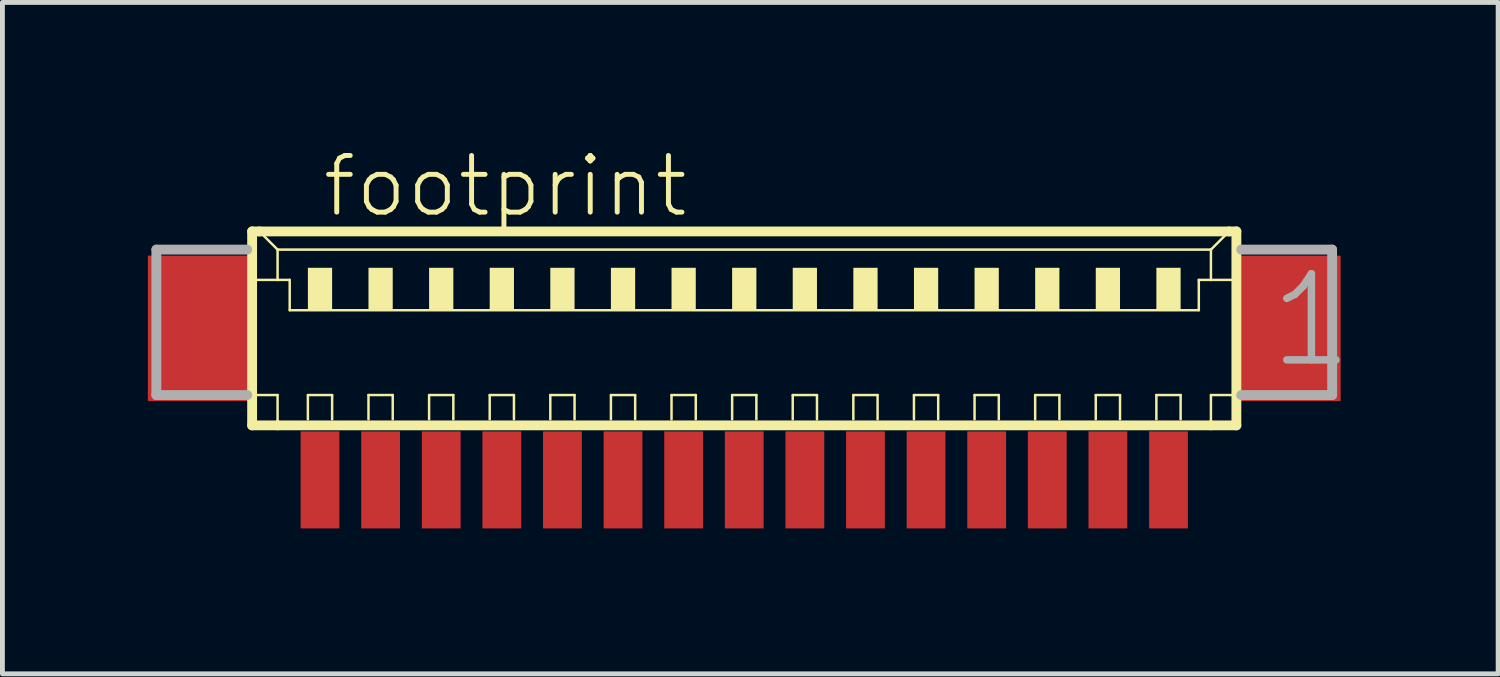
<source format=kicad_pcb>
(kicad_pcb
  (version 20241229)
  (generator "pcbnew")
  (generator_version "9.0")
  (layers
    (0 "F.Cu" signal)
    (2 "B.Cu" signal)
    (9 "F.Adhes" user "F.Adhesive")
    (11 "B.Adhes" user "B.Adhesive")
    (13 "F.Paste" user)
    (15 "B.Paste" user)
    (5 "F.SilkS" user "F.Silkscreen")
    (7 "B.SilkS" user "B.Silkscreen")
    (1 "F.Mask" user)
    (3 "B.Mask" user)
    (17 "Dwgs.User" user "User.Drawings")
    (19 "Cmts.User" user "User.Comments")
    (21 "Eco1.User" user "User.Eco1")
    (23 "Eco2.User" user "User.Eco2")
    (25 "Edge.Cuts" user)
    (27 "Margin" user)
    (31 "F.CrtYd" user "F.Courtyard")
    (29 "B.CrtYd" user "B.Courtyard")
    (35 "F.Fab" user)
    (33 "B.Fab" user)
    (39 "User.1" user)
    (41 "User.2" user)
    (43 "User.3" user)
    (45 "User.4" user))
  (footprint "footprint"
    (layer "F.Cu")
    (at 12.3 4.348)
    (property "Reference" "footprint" (at -8.75 -2.875 0) (layer "F.SilkS") (effects (font (size 1.168 1.168) (thickness 0.102)) (justify left bottom)))
    (fp_line (start -10.15 -2.625) (end -10.15 1.375) (stroke (width 0.203) (type solid)) (layer "F.SilkS"))
    (fp_line (start -10.15 1.375) (end -9.625 1.375) (stroke (width 0.203) (type solid)) (layer "F.SilkS"))
    (fp_line (start -10.125 -1.625) (end -9.625 -1.625) (stroke (width 0.051) (type solid)) (layer "F.SilkS"))
    (fp_line (start -10.125 0.75) (end -9.625 0.75) (stroke (width 0.051) (type solid)) (layer "F.SilkS"))
    (fp_line (start -10 -2.625) (end -10.15 -2.625) (stroke (width 0.203) (type solid)) (layer "F.SilkS"))
    (fp_line (start -9.625 -2.25) (end -10 -2.625) (stroke (width 0.051) (type solid)) (layer "F.SilkS"))
    (fp_line (start -9.625 -2.25) (end 9.625 -2.25) (stroke (width 0.051) (type solid)) (layer "F.SilkS"))
    (fp_line (start -9.625 -1.625) (end -9.625 -2.25) (stroke (width 0.051) (type solid)) (layer "F.SilkS"))
    (fp_line (start -9.625 -1.625) (end -9.375 -1.625) (stroke (width 0.051) (type solid)) (layer "F.SilkS"))
    (fp_line (start -9.625 0.75) (end -9.625 1.375) (stroke (width 0.051) (type solid)) (layer "F.SilkS"))
    (fp_line (start -9.625 1.375) (end 9.625 1.375) (stroke (width 0.203) (type solid)) (layer "F.SilkS"))
    (fp_line (start -9.375 -1.625) (end -9.375 -1) (stroke (width 0.051) (type solid)) (layer "F.SilkS"))
    (fp_line (start -9.375 -1) (end 9.375 -1) (stroke (width 0.051) (type solid)) (layer "F.SilkS"))
    (fp_line (start -9 0.75) (end -8.5 0.75) (stroke (width 0.051) (type solid)) (layer "F.SilkS"))
    (fp_line (start -9 1.25) (end -9 0.75) (stroke (width 0.051) (type solid)) (layer "F.SilkS"))
    (fp_line (start -8.5 0.75) (end -8.5 1.25) (stroke (width 0.051) (type solid)) (layer "F.SilkS"))
    (fp_line (start -7.75 0.75) (end -7.25 0.75) (stroke (width 0.051) (type solid)) (layer "F.SilkS"))
    (fp_line (start -7.75 1.25) (end -7.75 0.75) (stroke (width 0.051) (type solid)) (layer "F.SilkS"))
    (fp_line (start -7.25 0.75) (end -7.25 1.25) (stroke (width 0.051) (type solid)) (layer "F.SilkS"))
    (fp_line (start -6.5 0.75) (end -6 0.75) (stroke (width 0.051) (type solid)) (layer "F.SilkS"))
    (fp_line (start -6.5 1.25) (end -6.5 0.75) (stroke (width 0.051) (type solid)) (layer "F.SilkS"))
    (fp_line (start -6 0.75) (end -6 1.25) (stroke (width 0.051) (type solid)) (layer "F.SilkS"))
    (fp_line (start -5.25 0.75) (end -4.75 0.75) (stroke (width 0.051) (type solid)) (layer "F.SilkS"))
    (fp_line (start -5.25 1.25) (end -5.25 0.75) (stroke (width 0.051) (type solid)) (layer "F.SilkS"))
    (fp_line (start -4.75 0.75) (end -4.75 1.25) (stroke (width 0.051) (type solid)) (layer "F.SilkS"))
    (fp_line (start -4 0.75) (end -3.5 0.75) (stroke (width 0.051) (type solid)) (layer "F.SilkS"))
    (fp_line (start -4 1.25) (end -4 0.75) (stroke (width 0.051) (type solid)) (layer "F.SilkS"))
    (fp_line (start -3.5 0.75) (end -3.5 1.25) (stroke (width 0.051) (type solid)) (layer "F.SilkS"))
    (fp_line (start -2.75 0.75) (end -2.25 0.75) (stroke (width 0.051) (type solid)) (layer "F.SilkS"))
    (fp_line (start -2.75 1.25) (end -2.75 0.75) (stroke (width 0.051) (type solid)) (layer "F.SilkS"))
    (fp_line (start -2.25 0.75) (end -2.25 1.25) (stroke (width 0.051) (type solid)) (layer "F.SilkS"))
    (fp_line (start -1.5 0.75) (end -1 0.75) (stroke (width 0.051) (type solid)) (layer "F.SilkS"))
    (fp_line (start -1.5 1.25) (end -1.5 0.75) (stroke (width 0.051) (type solid)) (layer "F.SilkS"))
    (fp_line (start -1 0.75) (end -1 1.25) (stroke (width 0.051) (type solid)) (layer "F.SilkS"))
    (fp_line (start -0.25 0.75) (end 0.25 0.75) (stroke (width 0.051) (type solid)) (layer "F.SilkS"))
    (fp_line (start -0.25 1.25) (end -0.25 0.75) (stroke (width 0.051) (type solid)) (layer "F.SilkS"))
    (fp_line (start 0.25 0.75) (end 0.25 1.25) (stroke (width 0.051) (type solid)) (layer "F.SilkS"))
    (fp_line (start 1 0.75) (end 1.5 0.75) (stroke (width 0.051) (type solid)) (layer "F.SilkS"))
    (fp_line (start 1 1.25) (end 1 0.75) (stroke (width 0.051) (type solid)) (layer "F.SilkS"))
    (fp_line (start 1.5 0.75) (end 1.5 1.25) (stroke (width 0.051) (type solid)) (layer "F.SilkS"))
    (fp_line (start 2.25 0.75) (end 2.75 0.75) (stroke (width 0.051) (type solid)) (layer "F.SilkS"))
    (fp_line (start 2.25 1.25) (end 2.25 0.75) (stroke (width 0.051) (type solid)) (layer "F.SilkS"))
    (fp_line (start 2.75 0.75) (end 2.75 1.25) (stroke (width 0.051) (type solid)) (layer "F.SilkS"))
    (fp_line (start 3.5 0.75) (end 4 0.75) (stroke (width 0.051) (type solid)) (layer "F.SilkS"))
    (fp_line (start 3.5 1.25) (end 3.5 0.75) (stroke (width 0.051) (type solid)) (layer "F.SilkS"))
    (fp_line (start 4 0.75) (end 4 1.25) (stroke (width 0.051) (type solid)) (layer "F.SilkS"))
    (fp_line (start 4.75 0.75) (end 5.25 0.75) (stroke (width 0.051) (type solid)) (layer "F.SilkS"))
    (fp_line (start 4.75 1.25) (end 4.75 0.75) (stroke (width 0.051) (type solid)) (layer "F.SilkS"))
    (fp_line (start 5.25 0.75) (end 5.25 1.25) (stroke (width 0.051) (type solid)) (layer "F.SilkS"))
    (fp_line (start 6 0.75) (end 6.5 0.75) (stroke (width 0.051) (type solid)) (layer "F.SilkS"))
    (fp_line (start 6 1.25) (end 6 0.75) (stroke (width 0.051) (type solid)) (layer "F.SilkS"))
    (fp_line (start 6.5 0.75) (end 6.5 1.25) (stroke (width 0.051) (type solid)) (layer "F.SilkS"))
    (fp_line (start 7.25 0.75) (end 7.75 0.75) (stroke (width 0.051) (type solid)) (layer "F.SilkS"))
    (fp_line (start 7.25 1.25) (end 7.25 0.75) (stroke (width 0.051) (type solid)) (layer "F.SilkS"))
    (fp_line (start 7.75 0.75) (end 7.75 1.25) (stroke (width 0.051) (type solid)) (layer "F.SilkS"))
    (fp_line (start 8.5 0.75) (end 9 0.75) (stroke (width 0.051) (type solid)) (layer "F.SilkS"))
    (fp_line (start 8.5 1.25) (end 8.5 0.75) (stroke (width 0.051) (type solid)) (layer "F.SilkS"))
    (fp_line (start 9 0.75) (end 9 1.25) (stroke (width 0.051) (type solid)) (layer "F.SilkS"))
    (fp_line (start 9.375 -1.625) (end 9.375 -1) (stroke (width 0.051) (type solid)) (layer "F.SilkS"))
    (fp_line (start 9.375 -1.625) (end 9.625 -1.625) (stroke (width 0.051) (type solid)) (layer "F.SilkS"))
    (fp_line (start 9.625 -2.25) (end 9.625 -1.625) (stroke (width 0.051) (type solid)) (layer "F.SilkS"))
    (fp_line (start 9.625 -2.25) (end 10 -2.625) (stroke (width 0.051) (type solid)) (layer "F.SilkS"))
    (fp_line (start 9.625 -1.625) (end 10.125 -1.625) (stroke (width 0.051) (type solid)) (layer "F.SilkS"))
    (fp_line (start 9.625 0.75) (end 9.625 1.375) (stroke (width 0.051) (type solid)) (layer "F.SilkS"))
    (fp_line (start 9.625 0.75) (end 10.125 0.75) (stroke (width 0.051) (type solid)) (layer "F.SilkS"))
    (fp_line (start 9.625 1.375) (end 10.15 1.375) (stroke (width 0.203) (type solid)) (layer "F.SilkS"))
    (fp_line (start 10 -2.625) (end -10 -2.625) (stroke (width 0.203) (type solid)) (layer "F.SilkS"))
    (fp_line (start 10.15 -2.625) (end 10 -2.625) (stroke (width 0.203) (type solid)) (layer "F.SilkS"))
    (fp_line (start 10.15 1.375) (end 10.15 -2.625) (stroke (width 0.203) (type solid)) (layer "F.SilkS"))
    (fp_poly (pts (xy -9 -1) (xy -8.5 -1) (xy -8.5 -1.875) (xy -9 -1.875)) (stroke (width 0) (type solid)) (fill yes) (layer "F.SilkS"))
    (fp_poly (pts (xy -7.75 -1) (xy -7.25 -1) (xy -7.25 -1.875) (xy -7.75 -1.875)) (stroke (width 0) (type solid)) (fill yes) (layer "F.SilkS"))
    (fp_poly (pts (xy -6.5 -1) (xy -6 -1) (xy -6 -1.875) (xy -6.5 -1.875)) (stroke (width 0) (type solid)) (fill yes) (layer "F.SilkS"))
    (fp_poly (pts (xy -5.25 -1) (xy -4.75 -1) (xy -4.75 -1.875) (xy -5.25 -1.875)) (stroke (width 0) (type solid)) (fill yes) (layer "F.SilkS"))
    (fp_poly (pts (xy -4 -1) (xy -3.5 -1) (xy -3.5 -1.875) (xy -4 -1.875)) (stroke (width 0) (type solid)) (fill yes) (layer "F.SilkS"))
    (fp_poly (pts (xy -2.75 -1) (xy -2.25 -1) (xy -2.25 -1.875) (xy -2.75 -1.875)) (stroke (width 0) (type solid)) (fill yes) (layer "F.SilkS"))
    (fp_poly (pts (xy -1.5 -1) (xy -1 -1) (xy -1 -1.875) (xy -1.5 -1.875)) (stroke (width 0) (type solid)) (fill yes) (layer "F.SilkS"))
    (fp_poly (pts (xy -0.25 -1) (xy 0.25 -1) (xy 0.25 -1.875) (xy -0.25 -1.875)) (stroke (width 0) (type solid)) (fill yes) (layer "F.SilkS"))
    (fp_poly (pts (xy 1 -1) (xy 1.5 -1) (xy 1.5 -1.875) (xy 1 -1.875)) (stroke (width 0) (type solid)) (fill yes) (layer "F.SilkS"))
    (fp_poly (pts (xy 2.25 -1) (xy 2.75 -1) (xy 2.75 -1.875) (xy 2.25 -1.875)) (stroke (width 0) (type solid)) (fill yes) (layer "F.SilkS"))
    (fp_poly (pts (xy 3.5 -1) (xy 4 -1) (xy 4 -1.875) (xy 3.5 -1.875)) (stroke (width 0) (type solid)) (fill yes) (layer "F.SilkS"))
    (fp_poly (pts (xy 4.75 -1) (xy 5.25 -1) (xy 5.25 -1.875) (xy 4.75 -1.875)) (stroke (width 0) (type solid)) (fill yes) (layer "F.SilkS"))
    (fp_poly (pts (xy 6 -1) (xy 6.5 -1) (xy 6.5 -1.875) (xy 6 -1.875)) (stroke (width 0) (type solid)) (fill yes) (layer "F.SilkS"))
    (fp_poly (pts (xy 7.25 -1) (xy 7.75 -1) (xy 7.75 -1.875) (xy 7.25 -1.875)) (stroke (width 0) (type solid)) (fill yes) (layer "F.SilkS"))
    (fp_poly (pts (xy 8.5 -1) (xy 9 -1) (xy 9 -1.875) (xy 8.5 -1.875)) (stroke (width 0) (type solid)) (fill yes) (layer "F.SilkS"))
    (fp_line (start -12.125 -2.25) (end -12.125 0.75) (stroke (width 0.203) (type solid)) (layer "F.Fab"))
    (fp_line (start -12.125 0.75) (end -10.25 0.75) (stroke (width 0.203) (type solid)) (layer "F.Fab"))
    (fp_line (start -10.25 -2.25) (end -12.125 -2.25) (stroke (width 0.203) (type solid)) (layer "F.Fab"))
    (fp_line (start 10.25 0.75) (end 12.125 0.75) (stroke (width 0.203) (type solid)) (layer "F.Fab"))
    (fp_line (start 12.125 -2.25) (end 10.25 -2.25) (stroke (width 0.203) (type solid)) (layer "F.Fab"))
    (fp_line (start 12.125 0.75) (end 12.125 -2.25) (stroke (width 0.203) (type solid)) (layer "F.Fab"))
    (fp_text user "1" (at 10.75 0.25 0) (layer "F.Fab") (effects (font (size 1.776 1.776) (thickness 0.154)) (justify left bottom)))
    (pad "1" smd rect (at 8.75 2.5) (size 0.8 2) (layers "F.Cu" "F.Mask" "F.Paste"))
    (pad "2" smd rect (at 7.5 2.5) (size 0.8 2) (layers "F.Cu" "F.Mask" "F.Paste"))
    (pad "3" smd rect (at 6.25 2.5) (size 0.8 2) (layers "F.Cu" "F.Mask" "F.Paste"))
    (pad "4" smd rect (at 5 2.5) (size 0.8 2) (layers "F.Cu" "F.Mask" "F.Paste"))
    (pad "5" smd rect (at 3.75 2.5) (size 0.8 2) (layers "F.Cu" "F.Mask" "F.Paste"))
    (pad "6" smd rect (at 2.5 2.5) (size 0.8 2) (layers "F.Cu" "F.Mask" "F.Paste"))
    (pad "7" smd rect (at 1.25 2.5) (size 0.8 2) (layers "F.Cu" "F.Mask" "F.Paste"))
    (pad "8" smd rect (at 0 2.5) (size 0.8 2) (layers "F.Cu" "F.Mask" "F.Paste"))
    (pad "9" smd rect (at -1.25 2.5) (size 0.8 2) (layers "F.Cu" "F.Mask" "F.Paste"))
    (pad "10" smd rect (at -2.5 2.5) (size 0.8 2) (layers "F.Cu" "F.Mask" "F.Paste"))
    (pad "11" smd rect (at -3.75 2.5) (size 0.8 2) (layers "F.Cu" "F.Mask" "F.Paste"))
    (pad "12" smd rect (at -5 2.5) (size 0.8 2) (layers "F.Cu" "F.Mask" "F.Paste"))
    (pad "13" smd rect (at -6.25 2.5) (size 0.8 2) (layers "F.Cu" "F.Mask" "F.Paste"))
    (pad "14" smd rect (at -7.5 2.5) (size 0.8 2) (layers "F.Cu" "F.Mask" "F.Paste"))
    (pad "15" smd rect (at -8.75 2.5) (size 0.8 2) (layers "F.Cu" "F.Mask" "F.Paste"))
    (pad "S1" smd rect (at 11.25 -0.625) (size 2.1 3) (layers "F.Cu" "F.Mask" "F.Paste"))
    (pad "S2" smd rect (at -11.25 -0.625) (size 2.1 3) (layers "F.Cu" "F.Mask" "F.Paste")))
  (gr_rect
    (start -3 -3)
    (end 27.849 10.848)
    (stroke (width 0.1) (type default))
    (fill no)
    (layer "Edge.Cuts")))
</source>
